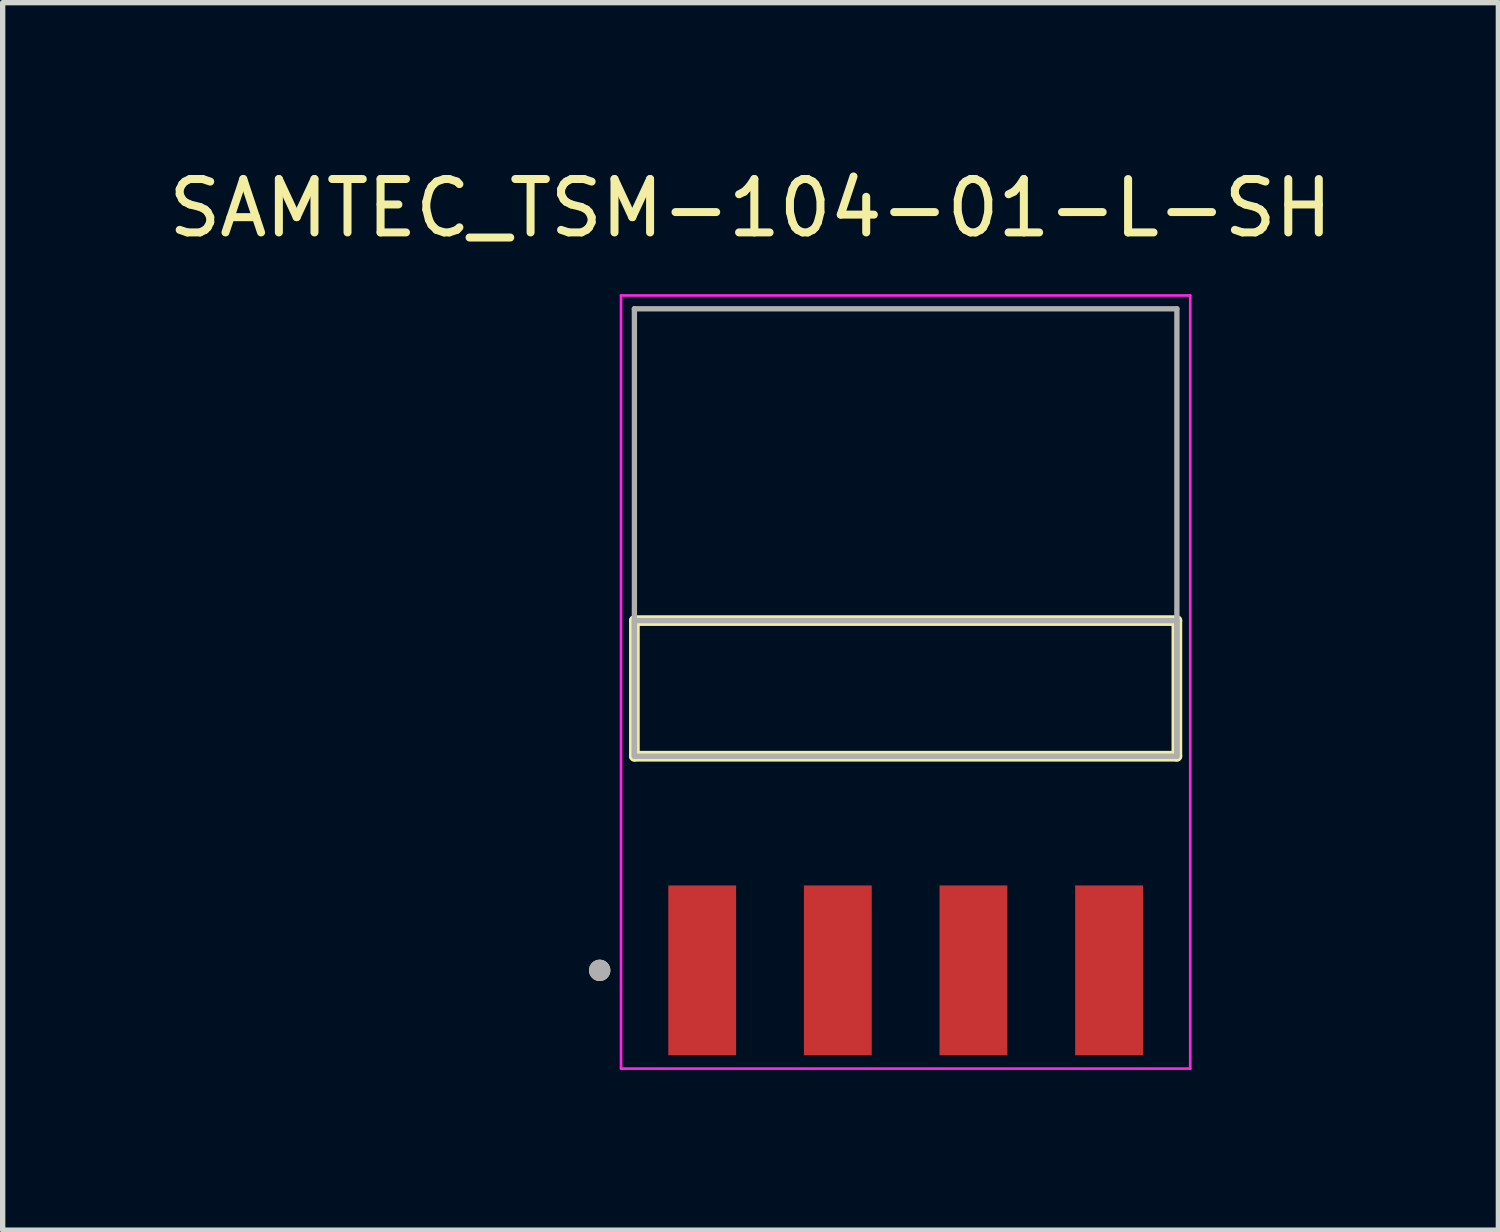
<source format=kicad_pcb>
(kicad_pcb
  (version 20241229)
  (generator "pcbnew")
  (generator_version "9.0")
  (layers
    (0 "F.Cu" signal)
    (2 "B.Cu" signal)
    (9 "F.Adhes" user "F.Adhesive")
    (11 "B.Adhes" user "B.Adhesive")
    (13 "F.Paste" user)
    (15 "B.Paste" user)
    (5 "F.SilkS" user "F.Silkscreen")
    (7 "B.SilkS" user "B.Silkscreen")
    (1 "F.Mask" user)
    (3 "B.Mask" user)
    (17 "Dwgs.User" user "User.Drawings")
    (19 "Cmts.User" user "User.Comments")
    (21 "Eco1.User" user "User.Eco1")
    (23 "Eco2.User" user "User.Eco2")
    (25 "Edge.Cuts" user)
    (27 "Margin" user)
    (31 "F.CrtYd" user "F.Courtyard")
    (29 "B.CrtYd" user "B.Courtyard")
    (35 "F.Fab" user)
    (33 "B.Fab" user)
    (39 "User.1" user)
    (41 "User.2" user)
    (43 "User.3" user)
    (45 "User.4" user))
  (footprint "SAMTEC_TSM-104-01-L-SH"
    (layer "F.Cu")
    (at 13.911 9.843)
    (property "Reference" "SAMTEC_TSM-104-01-L-SH" (at -2.905 -8.995 0) (layer "F.SilkS") (effects (font (size 1 1) (thickness 0.15))))
    (attr smd)
    (fp_line (start -5.08 1.27) (end -5.08 -1.27) (stroke (width 0.2) (type solid)) (layer "F.SilkS"))
    (fp_line (start 5.08 -1.27) (end -5.08 -1.27) (stroke (width 0.2) (type solid)) (layer "F.SilkS"))
    (fp_line (start 5.08 -1.27) (end 5.08 1.27) (stroke (width 0.2) (type solid)) (layer "F.SilkS"))
    (fp_line (start 5.08 1.27) (end -5.08 1.27) (stroke (width 0.2) (type solid)) (layer "F.SilkS"))
    (fp_circle (center -5.73 5.28) (end -5.63 5.28) (stroke (width 0.2) (type solid)) (fill no) (layer "F.SilkS"))
    (fp_line (start -5.33 -7.36) (end 5.33 -7.36) (stroke (width 0.05) (type solid)) (layer "F.CrtYd"))
    (fp_line (start -5.33 7.12) (end -5.33 -7.36) (stroke (width 0.05) (type solid)) (layer "F.CrtYd"))
    (fp_line (start 5.33 -7.36) (end 5.33 7.12) (stroke (width 0.05) (type solid)) (layer "F.CrtYd"))
    (fp_line (start 5.33 7.12) (end -5.33 7.12) (stroke (width 0.05) (type solid)) (layer "F.CrtYd"))
    (fp_line (start -5.08 -7.11) (end 5.08 -7.11) (stroke (width 0.1) (type solid)) (layer "F.Fab"))
    (fp_line (start -5.08 -1.27) (end 5.08 -1.27) (stroke (width 0.1) (type solid)) (layer "F.Fab"))
    (fp_line (start -5.08 1.27) (end -5.08 -7.11) (stroke (width 0.1) (type solid)) (layer "F.Fab"))
    (fp_line (start -5.08 1.27) (end -5.08 -1.27) (stroke (width 0.1) (type solid)) (layer "F.Fab"))
    (fp_line (start 5.08 -7.11) (end 5.08 1.27) (stroke (width 0.1) (type solid)) (layer "F.Fab"))
    (fp_line (start 5.08 -1.27) (end 5.08 1.27) (stroke (width 0.1) (type solid)) (layer "F.Fab"))
    (fp_line (start 5.08 1.27) (end -5.08 1.27) (stroke (width 0.1) (type solid)) (layer "F.Fab"))
    (fp_circle (center -5.73 5.28) (end -5.63 5.28) (stroke (width 0.2) (type solid)) (fill no) (layer "F.Fab"))
    (pad "01" smd rect (at -3.81 5.28) (size 1.27 3.18) (layers "F.Cu" "F.Mask" "F.Paste"))
    (pad "02" smd rect (at -1.27 5.28) (size 1.27 3.18) (layers "F.Cu" "F.Mask" "F.Paste"))
    (pad "03" smd rect (at 1.27 5.28) (size 1.27 3.18) (layers "F.Cu" "F.Mask" "F.Paste"))
    (pad "04" smd rect (at 3.81 5.28) (size 1.27 3.18) (layers "F.Cu" "F.Mask" "F.Paste")))
  (gr_rect
    (start -3 -3)
    (end 25.012 19.988)
    (stroke (width 0.1) (type default))
    (fill no)
    (layer "Edge.Cuts")))
</source>
